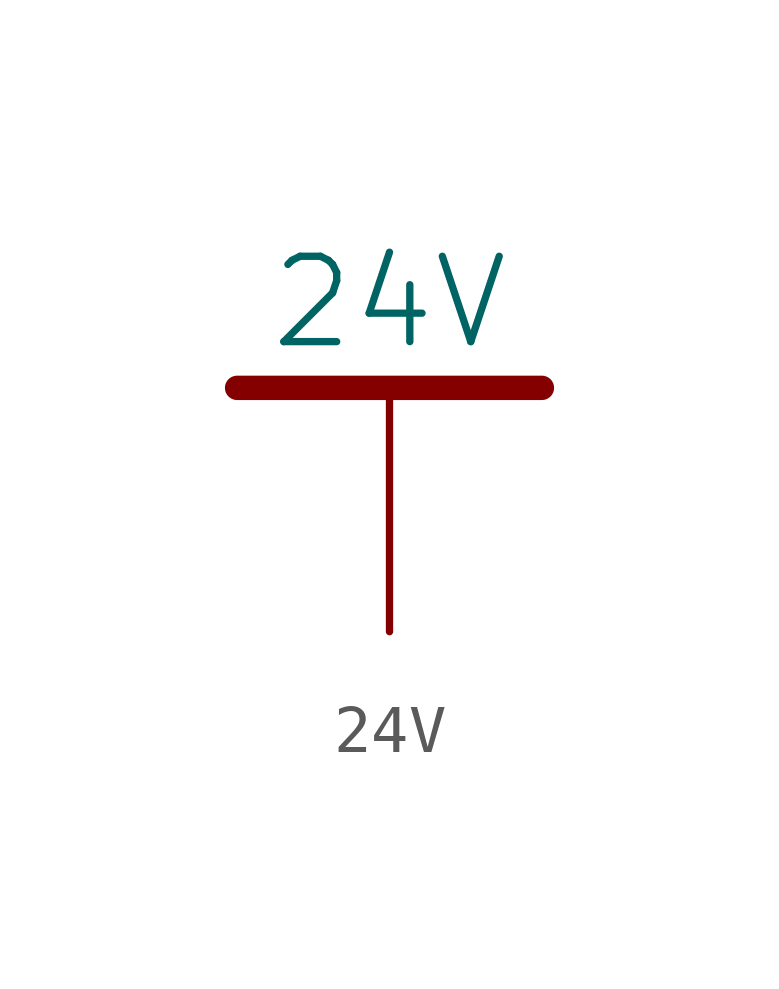
<source format=kicad_sym>
(kicad_symbol_lib
  (version 20211014)
  (generator kicad_symbol_editor)
  (symbol "24V"
    (pin_names
      (offset 1.016))
    (property "Reference" "U"
      (at 0 4.572 0)
      (effects (font (size 1.778 1.778)) hide))
    (property "Value" "24V"
      (at 0 1.778 0)
      (effects (font (size 1.778 1.778))))
    (symbol "24V_1_1"
      (polyline (pts (xy 0 -5.08) (xy 0 0)) (stroke (width 0) (type default) (color 0 0 0 0)) (fill (type none)))
      (polyline (pts (xy 3.175 0) (xy -3.175 0)) (stroke (width 0.508) (type default) (color 0 0 0 0)) (fill (type none)))
      (pin power_in line (at 0 -5.08 90) (length 5.08) hide (name "24V" (effects (font (size 1.27 1.27)))) (number "1" (effects (font (size 1.27 1.27))))))))
</source>
